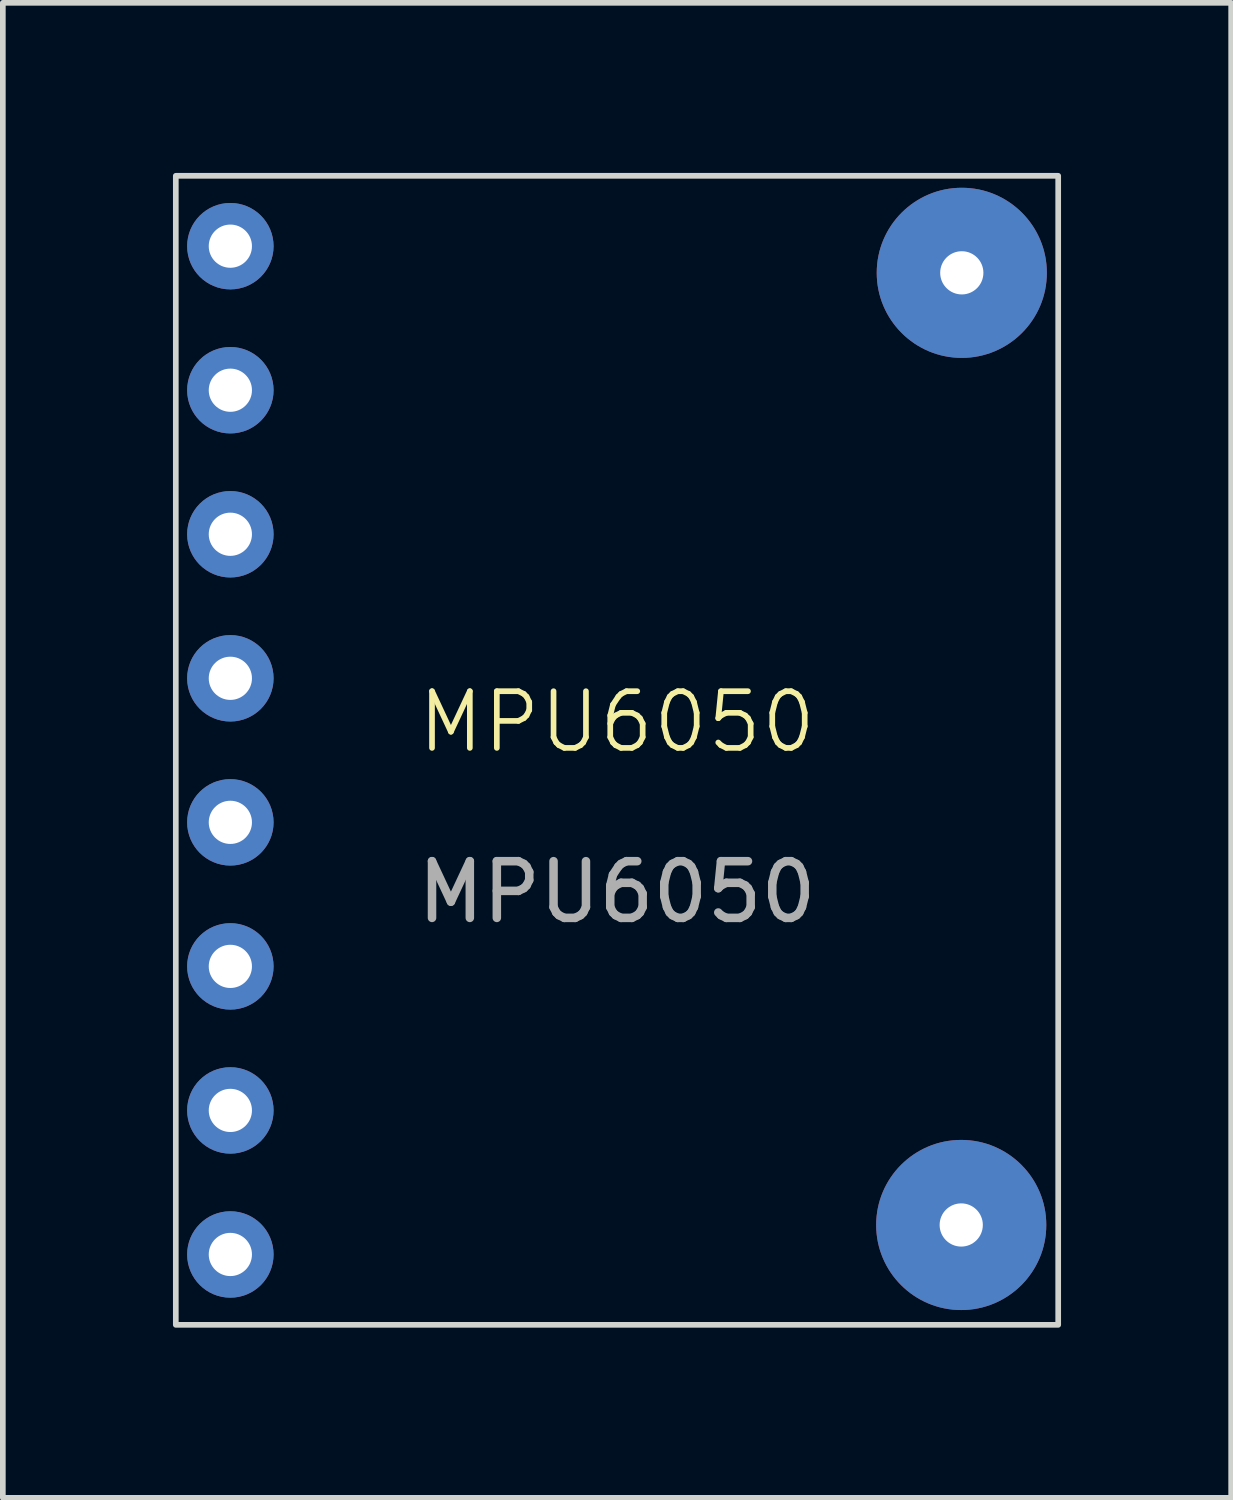
<source format=kicad_pcb>
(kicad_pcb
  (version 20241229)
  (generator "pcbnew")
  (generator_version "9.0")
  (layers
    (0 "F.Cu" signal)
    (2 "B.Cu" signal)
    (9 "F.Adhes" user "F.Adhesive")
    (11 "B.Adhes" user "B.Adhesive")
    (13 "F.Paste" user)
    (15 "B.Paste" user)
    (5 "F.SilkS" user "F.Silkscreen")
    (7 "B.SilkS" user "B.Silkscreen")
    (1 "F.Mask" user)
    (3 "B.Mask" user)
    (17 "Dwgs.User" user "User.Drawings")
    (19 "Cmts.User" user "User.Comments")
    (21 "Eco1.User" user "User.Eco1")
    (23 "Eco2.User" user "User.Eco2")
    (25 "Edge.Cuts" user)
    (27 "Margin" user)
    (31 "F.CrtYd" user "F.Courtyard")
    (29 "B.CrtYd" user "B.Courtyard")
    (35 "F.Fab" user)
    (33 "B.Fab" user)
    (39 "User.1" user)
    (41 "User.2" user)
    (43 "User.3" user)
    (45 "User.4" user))
  (footprint "MPU6050"
    (layer "F.Cu")
    (at 7.83 10.181)
    (property "Reference" "MPU6050" (at 0 -0.5 0) (unlocked yes) (layer "F.SilkS") (effects (font (size 1 1) (thickness 0.1))))
    (attr through_hole)
    (fp_rect (start -7.78 -10.131) (end 7.78 10.131) (stroke (width 0.1) (type default)) (fill no) (layer "Edge.Cuts"))
    (fp_rect (start -7.78 -10.131) (end 7.78 10.131) (stroke (width 0.1) (type default)) (fill no) (layer "Margin"))
    (fp_text user "${REFERENCE}" (at 0 2.5 0) (unlocked yes) (layer "F.Fab") (effects (font (size 1 1) (thickness 0.15))))
    (pad "0" thru_hole circle (at 6.07 8.37) (size 3 3) (drill 0.762) (layers "*.Cu" "*.Mask"))
    (pad "0" thru_hole circle (at 6.08 -8.42) (size 3 3) (drill 0.762) (layers "*.Cu" "*.Mask"))
    (pad "1" thru_hole circle (at -6.818 -8.89) (size 1.524 1.524) (drill 0.762) (layers "*.Cu" "*.Mask"))
    (pad "2" thru_hole circle (at -6.818 -6.35) (size 1.524 1.524) (drill 0.762) (layers "*.Cu" "*.Mask"))
    (pad "3" thru_hole circle (at -6.818 -3.81) (size 1.524 1.524) (drill 0.762) (layers "*.Cu" "*.Mask"))
    (pad "4" thru_hole circle (at -6.818 -1.27) (size 1.524 1.524) (drill 0.762) (layers "*.Cu" "*.Mask"))
    (pad "5" thru_hole circle (at -6.818 1.27) (size 1.524 1.524) (drill 0.762) (layers "*.Cu" "*.Mask"))
    (pad "6" thru_hole circle (at -6.818 3.81) (size 1.524 1.524) (drill 0.762) (layers "*.Cu" "*.Mask"))
    (pad "7" thru_hole circle (at -6.818 6.35) (size 1.524 1.524) (drill 0.762) (layers "*.Cu" "*.Mask"))
    (pad "8" thru_hole circle (at -6.818 8.89) (size 1.524 1.524) (drill 0.762) (layers "*.Cu" "*.Mask")))
  (gr_rect
    (start -3 -3)
    (end 18.66 23.362)
    (stroke (width 0.1) (type default))
    (fill no)
    (layer "Edge.Cuts")))
</source>
